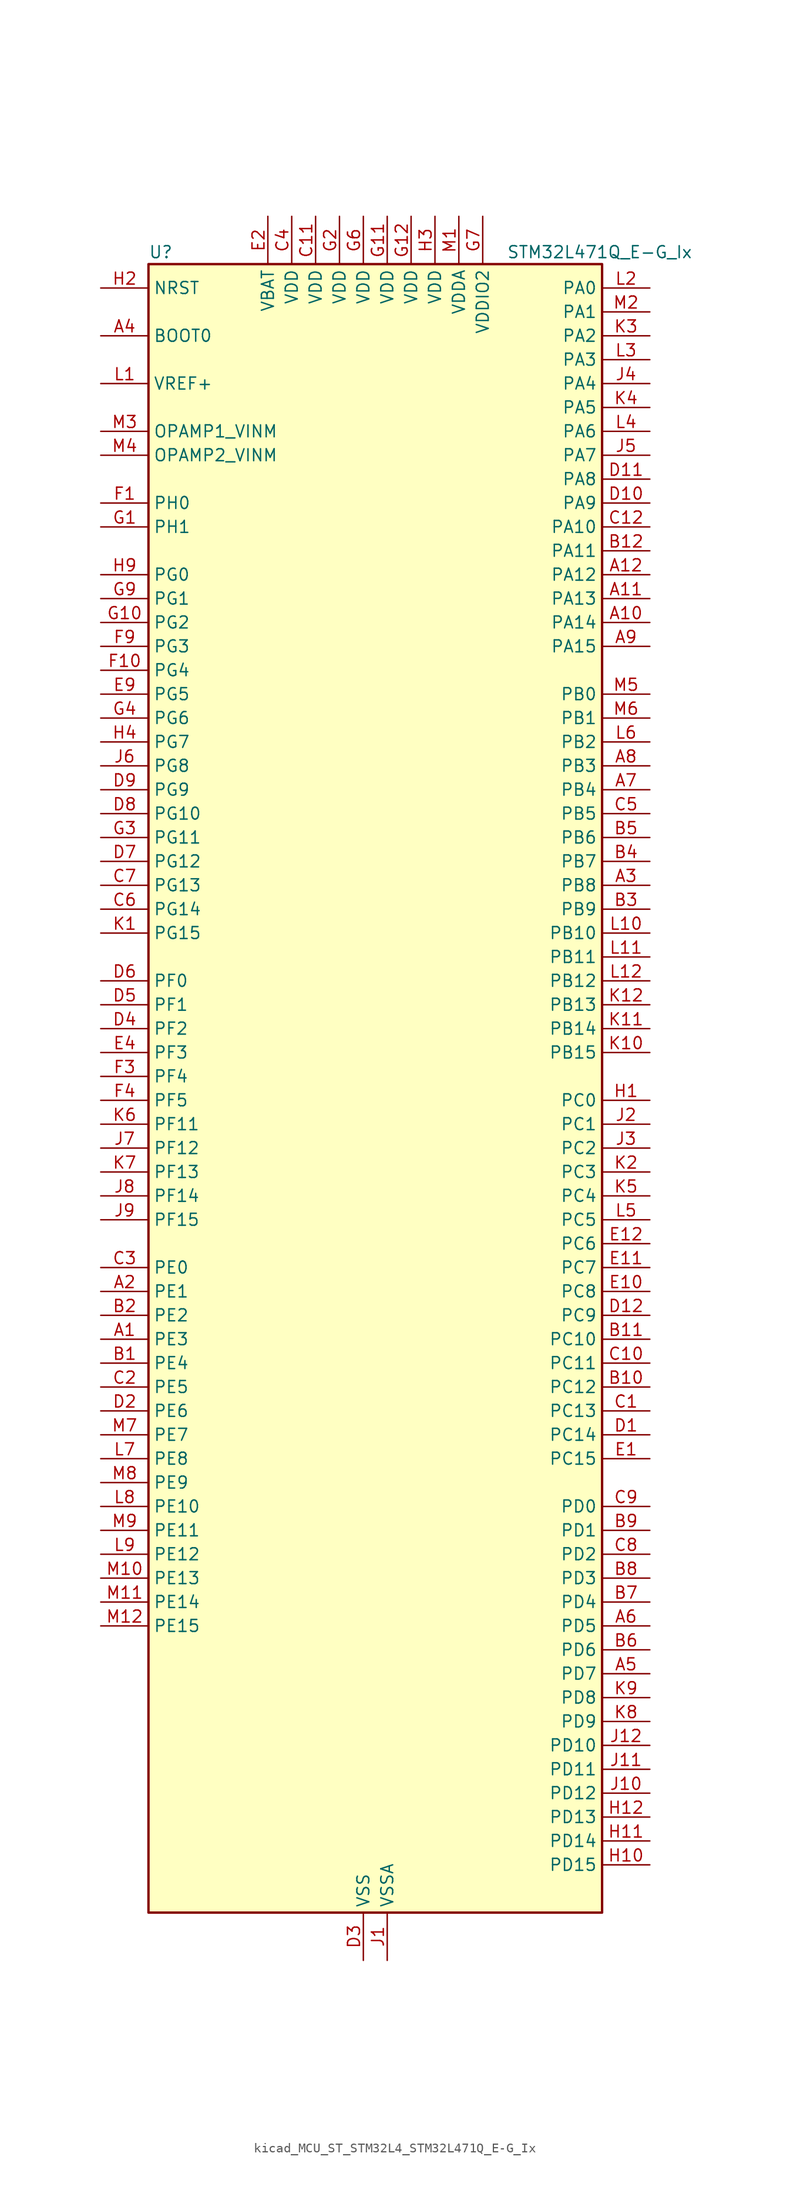
<source format=kicad_sym>
(kicad_symbol_lib
  (version 20220914)
  (generator kicad_symbol_editor)
  (symbol "kicad_MCU_ST_STM32L4_STM32L471Q_E-G_Ix"
    (property "Reference" "U"
      (at -22.86 90.17 0)
      (effects (font (size 1.27 1.27)) (justify left)))
    (property "Value" "STM32L471Q_E-G_Ix"
      (at 15.24 90.17 0)
      (effects (font (size 1.27 1.27)) (justify left)))
    (property "ki_locked" ""
      (at 0 0 0)
      (effects (font (size 1.27 1.27))))
    (symbol "kicad_MCU_ST_STM32L4_STM32L471Q_E-G_Ix_0_1"
      (rectangle (start -22.86 -86.36) (end 25.4 88.9) (stroke (width 0.254) (type default)) (fill (type background))))
    (symbol "kicad_MCU_ST_STM32L4_STM32L471Q_E-G_Ix_1_1"
      (pin bidirectional line (at -27.94 -25.4 0) (length 5.08) (name "PE3" (effects (font (size 1.27 1.27)))) (number "A1" (effects (font (size 1.27 1.27)))) (alternate "FMC_A19" bidirectional line) (alternate "SAI1_SD_B" bidirectional line) (alternate "SYS_TRACED0" bidirectional line) (alternate "TIM3_CH1" bidirectional line) (alternate "TSC_G7_IO2" bidirectional line))
      (pin bidirectional line (at 30.48 50.8 180) (length 5.08) (name "PA14" (effects (font (size 1.27 1.27)))) (number "A10" (effects (font (size 1.27 1.27)))) (alternate "SYS_JTCK-SWCLK" bidirectional line))
      (pin bidirectional line (at 30.48 53.34 180) (length 5.08) (name "PA13" (effects (font (size 1.27 1.27)))) (number "A11" (effects (font (size 1.27 1.27)))) (alternate "IR_OUT" bidirectional line) (alternate "SYS_JTMS-SWDIO" bidirectional line))
      (pin bidirectional line (at 30.48 55.88 180) (length 5.08) (name "PA12" (effects (font (size 1.27 1.27)))) (number "A12" (effects (font (size 1.27 1.27)))) (alternate "CAN1_TX" bidirectional line) (alternate "TIM1_ETR" bidirectional line) (alternate "USART1_DE" bidirectional line) (alternate "USART1_RTS" bidirectional line))
      (pin bidirectional line (at -27.94 -20.32 0) (length 5.08) (name "PE1" (effects (font (size 1.27 1.27)))) (number "A2" (effects (font (size 1.27 1.27)))) (alternate "FMC_NBL1" bidirectional line) (alternate "TIM17_CH1" bidirectional line))
      (pin bidirectional line (at 30.48 22.86 180) (length 5.08) (name "PB8" (effects (font (size 1.27 1.27)))) (number "A3" (effects (font (size 1.27 1.27)))) (alternate "CAN1_RX" bidirectional line) (alternate "DFSDM1_DATIN6" bidirectional line) (alternate "I2C1_SCL" bidirectional line) (alternate "SAI1_MCLK_A" bidirectional line) (alternate "SDMMC1_D4" bidirectional line) (alternate "TIM16_CH1" bidirectional line) (alternate "TIM4_CH3" bidirectional line))
      (pin input line (at -27.94 81.28 0) (length 5.08) (name "BOOT0" (effects (font (size 1.27 1.27)))) (number "A4" (effects (font (size 1.27 1.27)))))
      (pin bidirectional line (at 30.48 -60.96 180) (length 5.08) (name "PD7" (effects (font (size 1.27 1.27)))) (number "A5" (effects (font (size 1.27 1.27)))) (alternate "DFSDM1_CKIN1" bidirectional line) (alternate "FMC_NE1" bidirectional line) (alternate "USART2_CK" bidirectional line))
      (pin bidirectional line (at 30.48 -55.88 180) (length 5.08) (name "PD5" (effects (font (size 1.27 1.27)))) (number "A6" (effects (font (size 1.27 1.27)))) (alternate "FMC_NWE" bidirectional line) (alternate "USART2_TX" bidirectional line))
      (pin bidirectional line (at 30.48 33.02 180) (length 5.08) (name "PB4" (effects (font (size 1.27 1.27)))) (number "A7" (effects (font (size 1.27 1.27)))) (alternate "COMP2_INP" bidirectional line) (alternate "SAI1_MCLK_B" bidirectional line) (alternate "SPI1_MISO" bidirectional line) (alternate "SPI3_MISO" bidirectional line) (alternate "SYS_JTRST" bidirectional line) (alternate "TIM17_BKIN" bidirectional line) (alternate "TIM3_CH1" bidirectional line) (alternate "TSC_G2_IO1" bidirectional line) (alternate "UART5_DE" bidirectional line) (alternate "UART5_RTS" bidirectional line) (alternate "USART1_CTS" bidirectional line))
      (pin bidirectional line (at 30.48 35.56 180) (length 5.08) (name "PB3" (effects (font (size 1.27 1.27)))) (number "A8" (effects (font (size 1.27 1.27)))) (alternate "COMP2_INM" bidirectional line) (alternate "SAI1_SCK_B" bidirectional line) (alternate "SPI1_SCK" bidirectional line) (alternate "SPI3_SCK" bidirectional line) (alternate "SYS_JTDO-SWO" bidirectional line) (alternate "TIM2_CH2" bidirectional line) (alternate "USART1_DE" bidirectional line) (alternate "USART1_RTS" bidirectional line))
      (pin bidirectional line (at 30.48 48.26 180) (length 5.08) (name "PA15" (effects (font (size 1.27 1.27)))) (number "A9" (effects (font (size 1.27 1.27)))) (alternate "ADC1_EXTI15" bidirectional line) (alternate "ADC2_EXTI15" bidirectional line) (alternate "ADC3_EXTI15" bidirectional line) (alternate "SAI2_FS_B" bidirectional line) (alternate "SPI1_NSS" bidirectional line) (alternate "SPI3_NSS" bidirectional line) (alternate "SYS_JTDI" bidirectional line) (alternate "TIM2_CH1" bidirectional line) (alternate "TIM2_ETR" bidirectional line) (alternate "TSC_G3_IO1" bidirectional line) (alternate "UART4_DE" bidirectional line) (alternate "UART4_RTS" bidirectional line))
      (pin bidirectional line (at -27.94 -27.94 0) (length 5.08) (name "PE4" (effects (font (size 1.27 1.27)))) (number "B1" (effects (font (size 1.27 1.27)))) (alternate "DFSDM1_DATIN3" bidirectional line) (alternate "FMC_A20" bidirectional line) (alternate "SAI1_FS_A" bidirectional line) (alternate "SYS_TRACED1" bidirectional line) (alternate "TIM3_CH2" bidirectional line) (alternate "TSC_G7_IO3" bidirectional line))
      (pin bidirectional line (at 30.48 -30.48 180) (length 5.08) (name "PC12" (effects (font (size 1.27 1.27)))) (number "B10" (effects (font (size 1.27 1.27)))) (alternate "SAI2_SD_B" bidirectional line) (alternate "SDMMC1_CK" bidirectional line) (alternate "SPI3_MOSI" bidirectional line) (alternate "TSC_G3_IO4" bidirectional line) (alternate "UART5_TX" bidirectional line) (alternate "USART3_CK" bidirectional line))
      (pin bidirectional line (at 30.48 -25.4 180) (length 5.08) (name "PC10" (effects (font (size 1.27 1.27)))) (number "B11" (effects (font (size 1.27 1.27)))) (alternate "SAI2_SCK_B" bidirectional line) (alternate "SDMMC1_D2" bidirectional line) (alternate "SPI3_SCK" bidirectional line) (alternate "TSC_G3_IO2" bidirectional line) (alternate "UART4_TX" bidirectional line) (alternate "USART3_TX" bidirectional line))
      (pin bidirectional line (at 30.48 58.42 180) (length 5.08) (name "PA11" (effects (font (size 1.27 1.27)))) (number "B12" (effects (font (size 1.27 1.27)))) (alternate "ADC1_EXTI11" bidirectional line) (alternate "ADC2_EXTI11" bidirectional line) (alternate "ADC3_EXTI11" bidirectional line) (alternate "CAN1_RX" bidirectional line) (alternate "TIM1_BKIN2" bidirectional line) (alternate "TIM1_BKIN2_COMP1" bidirectional line) (alternate "TIM1_CH4" bidirectional line) (alternate "USART1_CTS" bidirectional line))
      (pin bidirectional line (at -27.94 -22.86 0) (length 5.08) (name "PE2" (effects (font (size 1.27 1.27)))) (number "B2" (effects (font (size 1.27 1.27)))) (alternate "FMC_A23" bidirectional line) (alternate "SAI1_MCLK_A" bidirectional line) (alternate "SYS_TRACECLK" bidirectional line) (alternate "TIM3_ETR" bidirectional line) (alternate "TSC_G7_IO1" bidirectional line))
      (pin bidirectional line (at 30.48 20.32 180) (length 5.08) (name "PB9" (effects (font (size 1.27 1.27)))) (number "B3" (effects (font (size 1.27 1.27)))) (alternate "CAN1_TX" bidirectional line) (alternate "DAC1_EXTI9" bidirectional line) (alternate "DFSDM1_CKIN6" bidirectional line) (alternate "I2C1_SDA" bidirectional line) (alternate "IR_OUT" bidirectional line) (alternate "SAI1_FS_A" bidirectional line) (alternate "SDMMC1_D5" bidirectional line) (alternate "SPI2_NSS" bidirectional line) (alternate "TIM17_CH1" bidirectional line) (alternate "TIM4_CH4" bidirectional line))
      (pin bidirectional line (at 30.48 25.4 180) (length 5.08) (name "PB7" (effects (font (size 1.27 1.27)))) (number "B4" (effects (font (size 1.27 1.27)))) (alternate "COMP2_INM" bidirectional line) (alternate "DFSDM1_CKIN5" bidirectional line) (alternate "FMC_NL" bidirectional line) (alternate "I2C1_SDA" bidirectional line) (alternate "LPTIM1_IN2" bidirectional line) (alternate "SYS_PVD_IN" bidirectional line) (alternate "TIM17_CH1N" bidirectional line) (alternate "TIM4_CH2" bidirectional line) (alternate "TIM8_BKIN" bidirectional line) (alternate "TIM8_BKIN_COMP1" bidirectional line) (alternate "TSC_G2_IO4" bidirectional line) (alternate "UART4_CTS" bidirectional line) (alternate "USART1_RX" bidirectional line))
      (pin bidirectional line (at 30.48 27.94 180) (length 5.08) (name "PB6" (effects (font (size 1.27 1.27)))) (number "B5" (effects (font (size 1.27 1.27)))) (alternate "COMP2_INP" bidirectional line) (alternate "DFSDM1_DATIN5" bidirectional line) (alternate "I2C1_SCL" bidirectional line) (alternate "LPTIM1_ETR" bidirectional line) (alternate "SAI1_FS_B" bidirectional line) (alternate "TIM16_CH1N" bidirectional line) (alternate "TIM4_CH1" bidirectional line) (alternate "TIM8_BKIN2" bidirectional line) (alternate "TIM8_BKIN2_COMP2" bidirectional line) (alternate "TSC_G2_IO3" bidirectional line) (alternate "USART1_TX" bidirectional line))
      (pin bidirectional line (at 30.48 -58.42 180) (length 5.08) (name "PD6" (effects (font (size 1.27 1.27)))) (number "B6" (effects (font (size 1.27 1.27)))) (alternate "DFSDM1_DATIN1" bidirectional line) (alternate "FMC_NWAIT" bidirectional line) (alternate "SAI1_SD_A" bidirectional line) (alternate "USART2_RX" bidirectional line))
      (pin bidirectional line (at 30.48 -53.34 180) (length 5.08) (name "PD4" (effects (font (size 1.27 1.27)))) (number "B7" (effects (font (size 1.27 1.27)))) (alternate "DFSDM1_CKIN0" bidirectional line) (alternate "FMC_NOE" bidirectional line) (alternate "SPI2_MOSI" bidirectional line) (alternate "USART2_DE" bidirectional line) (alternate "USART2_RTS" bidirectional line))
      (pin bidirectional line (at 30.48 -50.8 180) (length 5.08) (name "PD3" (effects (font (size 1.27 1.27)))) (number "B8" (effects (font (size 1.27 1.27)))) (alternate "DFSDM1_DATIN0" bidirectional line) (alternate "FMC_CLK" bidirectional line) (alternate "SPI2_MISO" bidirectional line) (alternate "USART2_CTS" bidirectional line))
      (pin bidirectional line (at 30.48 -45.72 180) (length 5.08) (name "PD1" (effects (font (size 1.27 1.27)))) (number "B9" (effects (font (size 1.27 1.27)))) (alternate "CAN1_TX" bidirectional line) (alternate "DFSDM1_CKIN7" bidirectional line) (alternate "FMC_D3" bidirectional line) (alternate "FMC_DA3" bidirectional line) (alternate "SPI2_SCK" bidirectional line))
      (pin bidirectional line (at 30.48 -33.02 180) (length 5.08) (name "PC13" (effects (font (size 1.27 1.27)))) (number "C1" (effects (font (size 1.27 1.27)))) (alternate "RTC_OUT_ALARM" bidirectional line) (alternate "RTC_OUT_CALIB" bidirectional line) (alternate "RTC_TAMP1" bidirectional line) (alternate "RTC_TS" bidirectional line) (alternate "SYS_WKUP2" bidirectional line))
      (pin bidirectional line (at 30.48 -27.94 180) (length 5.08) (name "PC11" (effects (font (size 1.27 1.27)))) (number "C10" (effects (font (size 1.27 1.27)))) (alternate "ADC1_EXTI11" bidirectional line) (alternate "ADC2_EXTI11" bidirectional line) (alternate "ADC3_EXTI11" bidirectional line) (alternate "SAI2_MCLK_B" bidirectional line) (alternate "SDMMC1_D3" bidirectional line) (alternate "SPI3_MISO" bidirectional line) (alternate "TSC_G3_IO3" bidirectional line) (alternate "UART4_RX" bidirectional line) (alternate "USART3_RX" bidirectional line))
      (pin power_in line (at -5.08 93.98 270) (length 5.08) (name "VDD" (effects (font (size 1.27 1.27)))) (number "C11" (effects (font (size 1.27 1.27)))))
      (pin bidirectional line (at 30.48 60.96 180) (length 5.08) (name "PA10" (effects (font (size 1.27 1.27)))) (number "C12" (effects (font (size 1.27 1.27)))) (alternate "TIM17_BKIN" bidirectional line) (alternate "TIM1_CH3" bidirectional line) (alternate "USART1_RX" bidirectional line))
      (pin bidirectional line (at -27.94 -30.48 0) (length 5.08) (name "PE5" (effects (font (size 1.27 1.27)))) (number "C2" (effects (font (size 1.27 1.27)))) (alternate "DFSDM1_CKIN3" bidirectional line) (alternate "FMC_A21" bidirectional line) (alternate "SAI1_SCK_A" bidirectional line) (alternate "SYS_TRACED2" bidirectional line) (alternate "TIM3_CH3" bidirectional line) (alternate "TSC_G7_IO4" bidirectional line))
      (pin bidirectional line (at -27.94 -17.78 0) (length 5.08) (name "PE0" (effects (font (size 1.27 1.27)))) (number "C3" (effects (font (size 1.27 1.27)))) (alternate "FMC_NBL0" bidirectional line) (alternate "TIM16_CH1" bidirectional line) (alternate "TIM4_ETR" bidirectional line))
      (pin power_in line (at -7.62 93.98 270) (length 5.08) (name "VDD" (effects (font (size 1.27 1.27)))) (number "C4" (effects (font (size 1.27 1.27)))))
      (pin bidirectional line (at 30.48 30.48 180) (length 5.08) (name "PB5" (effects (font (size 1.27 1.27)))) (number "C5" (effects (font (size 1.27 1.27)))) (alternate "COMP2_OUT" bidirectional line) (alternate "I2C1_SMBA" bidirectional line) (alternate "LPTIM1_IN1" bidirectional line) (alternate "SAI1_SD_B" bidirectional line) (alternate "SPI1_MOSI" bidirectional line) (alternate "SPI3_MOSI" bidirectional line) (alternate "TIM16_BKIN" bidirectional line) (alternate "TIM3_CH2" bidirectional line) (alternate "TSC_G2_IO2" bidirectional line) (alternate "UART5_CTS" bidirectional line) (alternate "USART1_CK" bidirectional line))
      (pin bidirectional line (at -27.94 20.32 0) (length 5.08) (name "PG14" (effects (font (size 1.27 1.27)))) (number "C6" (effects (font (size 1.27 1.27)))) (alternate "FMC_A25" bidirectional line) (alternate "I2C1_SCL" bidirectional line))
      (pin bidirectional line (at -27.94 22.86 0) (length 5.08) (name "PG13" (effects (font (size 1.27 1.27)))) (number "C7" (effects (font (size 1.27 1.27)))) (alternate "FMC_A24" bidirectional line) (alternate "I2C1_SDA" bidirectional line) (alternate "USART1_CK" bidirectional line))
      (pin bidirectional line (at 30.48 -48.26 180) (length 5.08) (name "PD2" (effects (font (size 1.27 1.27)))) (number "C8" (effects (font (size 1.27 1.27)))) (alternate "SDMMC1_CMD" bidirectional line) (alternate "TIM3_ETR" bidirectional line) (alternate "TSC_SYNC" bidirectional line) (alternate "UART5_RX" bidirectional line) (alternate "USART3_DE" bidirectional line) (alternate "USART3_RTS" bidirectional line))
      (pin bidirectional line (at 30.48 -43.18 180) (length 5.08) (name "PD0" (effects (font (size 1.27 1.27)))) (number "C9" (effects (font (size 1.27 1.27)))) (alternate "CAN1_RX" bidirectional line) (alternate "DFSDM1_DATIN7" bidirectional line) (alternate "FMC_D2" bidirectional line) (alternate "FMC_DA2" bidirectional line) (alternate "SPI2_NSS" bidirectional line))
      (pin bidirectional line (at 30.48 -35.56 180) (length 5.08) (name "PC14" (effects (font (size 1.27 1.27)))) (number "D1" (effects (font (size 1.27 1.27)))) (alternate "RCC_OSC32_IN" bidirectional line))
      (pin bidirectional line (at 30.48 63.5 180) (length 5.08) (name "PA9" (effects (font (size 1.27 1.27)))) (number "D10" (effects (font (size 1.27 1.27)))) (alternate "DAC1_EXTI9" bidirectional line) (alternate "TIM15_BKIN" bidirectional line) (alternate "TIM1_CH2" bidirectional line) (alternate "USART1_TX" bidirectional line))
      (pin bidirectional line (at 30.48 66.04 180) (length 5.08) (name "PA8" (effects (font (size 1.27 1.27)))) (number "D11" (effects (font (size 1.27 1.27)))) (alternate "LPTIM2_OUT" bidirectional line) (alternate "RCC_MCO" bidirectional line) (alternate "TIM1_CH1" bidirectional line) (alternate "USART1_CK" bidirectional line))
      (pin bidirectional line (at 30.48 -22.86 180) (length 5.08) (name "PC9" (effects (font (size 1.27 1.27)))) (number "D12" (effects (font (size 1.27 1.27)))) (alternate "DAC1_EXTI9" bidirectional line) (alternate "SAI2_EXTCLK" bidirectional line) (alternate "SDMMC1_D1" bidirectional line) (alternate "TIM3_CH4" bidirectional line) (alternate "TIM8_BKIN2" bidirectional line) (alternate "TIM8_BKIN2_COMP1" bidirectional line) (alternate "TIM8_CH4" bidirectional line) (alternate "TSC_G4_IO4" bidirectional line))
      (pin bidirectional line (at -27.94 -33.02 0) (length 5.08) (name "PE6" (effects (font (size 1.27 1.27)))) (number "D2" (effects (font (size 1.27 1.27)))) (alternate "FMC_A22" bidirectional line) (alternate "RTC_TAMP3" bidirectional line) (alternate "SAI1_SD_A" bidirectional line) (alternate "SYS_TRACED3" bidirectional line) (alternate "SYS_WKUP3" bidirectional line) (alternate "TIM3_CH4" bidirectional line))
      (pin power_in line (at 0 -91.44 90) (length 5.08) (name "VSS" (effects (font (size 1.27 1.27)))) (number "D3" (effects (font (size 1.27 1.27)))))
      (pin bidirectional line (at -27.94 7.62 0) (length 5.08) (name "PF2" (effects (font (size 1.27 1.27)))) (number "D4" (effects (font (size 1.27 1.27)))) (alternate "FMC_A2" bidirectional line) (alternate "I2C2_SMBA" bidirectional line))
      (pin bidirectional line (at -27.94 10.16 0) (length 5.08) (name "PF1" (effects (font (size 1.27 1.27)))) (number "D5" (effects (font (size 1.27 1.27)))) (alternate "FMC_A1" bidirectional line) (alternate "I2C2_SCL" bidirectional line))
      (pin bidirectional line (at -27.94 12.7 0) (length 5.08) (name "PF0" (effects (font (size 1.27 1.27)))) (number "D6" (effects (font (size 1.27 1.27)))) (alternate "FMC_A0" bidirectional line) (alternate "I2C2_SDA" bidirectional line))
      (pin bidirectional line (at -27.94 25.4 0) (length 5.08) (name "PG12" (effects (font (size 1.27 1.27)))) (number "D7" (effects (font (size 1.27 1.27)))) (alternate "FMC_NE4" bidirectional line) (alternate "LPTIM1_ETR" bidirectional line) (alternate "SAI2_SD_A" bidirectional line) (alternate "SPI3_NSS" bidirectional line) (alternate "USART1_DE" bidirectional line) (alternate "USART1_RTS" bidirectional line))
      (pin bidirectional line (at -27.94 30.48 0) (length 5.08) (name "PG10" (effects (font (size 1.27 1.27)))) (number "D8" (effects (font (size 1.27 1.27)))) (alternate "FMC_NE3" bidirectional line) (alternate "LPTIM1_IN1" bidirectional line) (alternate "SAI2_FS_A" bidirectional line) (alternate "SPI3_MISO" bidirectional line) (alternate "TIM15_CH1" bidirectional line) (alternate "USART1_RX" bidirectional line))
      (pin bidirectional line (at -27.94 33.02 0) (length 5.08) (name "PG9" (effects (font (size 1.27 1.27)))) (number "D9" (effects (font (size 1.27 1.27)))) (alternate "DAC1_EXTI9" bidirectional line) (alternate "FMC_NCE3" bidirectional line) (alternate "FMC_NE2" bidirectional line) (alternate "SAI2_SCK_A" bidirectional line) (alternate "SPI3_SCK" bidirectional line) (alternate "TIM15_CH1N" bidirectional line) (alternate "USART1_TX" bidirectional line))
      (pin bidirectional line (at 30.48 -38.1 180) (length 5.08) (name "PC15" (effects (font (size 1.27 1.27)))) (number "E1" (effects (font (size 1.27 1.27)))) (alternate "ADC1_EXTI15" bidirectional line) (alternate "ADC2_EXTI15" bidirectional line) (alternate "ADC3_EXTI15" bidirectional line) (alternate "RCC_OSC32_OUT" bidirectional line))
      (pin bidirectional line (at 30.48 -20.32 180) (length 5.08) (name "PC8" (effects (font (size 1.27 1.27)))) (number "E10" (effects (font (size 1.27 1.27)))) (alternate "SDMMC1_D0" bidirectional line) (alternate "TIM3_CH3" bidirectional line) (alternate "TIM8_CH3" bidirectional line) (alternate "TSC_G4_IO3" bidirectional line))
      (pin bidirectional line (at 30.48 -17.78 180) (length 5.08) (name "PC7" (effects (font (size 1.27 1.27)))) (number "E11" (effects (font (size 1.27 1.27)))) (alternate "DFSDM1_DATIN3" bidirectional line) (alternate "SAI2_MCLK_B" bidirectional line) (alternate "SDMMC1_D7" bidirectional line) (alternate "TIM3_CH2" bidirectional line) (alternate "TIM8_CH2" bidirectional line) (alternate "TSC_G4_IO2" bidirectional line))
      (pin bidirectional line (at 30.48 -15.24 180) (length 5.08) (name "PC6" (effects (font (size 1.27 1.27)))) (number "E12" (effects (font (size 1.27 1.27)))) (alternate "DFSDM1_CKIN3" bidirectional line) (alternate "SAI2_MCLK_A" bidirectional line) (alternate "SDMMC1_D6" bidirectional line) (alternate "TIM3_CH1" bidirectional line) (alternate "TIM8_CH1" bidirectional line) (alternate "TSC_G4_IO1" bidirectional line))
      (pin power_in line (at -10.16 93.98 270) (length 5.08) (name "VBAT" (effects (font (size 1.27 1.27)))) (number "E2" (effects (font (size 1.27 1.27)))))
      (pin passive line (at 0 -91.44 90) (length 5.08) hide (name "VSS" (effects (font (size 1.27 1.27)))) (number "E3" (effects (font (size 1.27 1.27)))))
      (pin bidirectional line (at -27.94 5.08 0) (length 5.08) (name "PF3" (effects (font (size 1.27 1.27)))) (number "E4" (effects (font (size 1.27 1.27)))) (alternate "ADC3_IN6" bidirectional line) (alternate "FMC_A3" bidirectional line))
      (pin bidirectional line (at -27.94 43.18 0) (length 5.08) (name "PG5" (effects (font (size 1.27 1.27)))) (number "E9" (effects (font (size 1.27 1.27)))) (alternate "FMC_A15" bidirectional line) (alternate "LPUART1_CTS" bidirectional line) (alternate "SAI2_SD_B" bidirectional line) (alternate "SPI1_NSS" bidirectional line))
      (pin bidirectional line (at -27.94 63.5 0) (length 5.08) (name "PH0" (effects (font (size 1.27 1.27)))) (number "F1" (effects (font (size 1.27 1.27)))) (alternate "RCC_OSC_IN" bidirectional line))
      (pin bidirectional line (at -27.94 45.72 0) (length 5.08) (name "PG4" (effects (font (size 1.27 1.27)))) (number "F10" (effects (font (size 1.27 1.27)))) (alternate "FMC_A14" bidirectional line) (alternate "SAI2_MCLK_B" bidirectional line) (alternate "SPI1_MOSI" bidirectional line))
      (pin passive line (at 0 -91.44 90) (length 5.08) hide (name "VSS" (effects (font (size 1.27 1.27)))) (number "F11" (effects (font (size 1.27 1.27)))))
      (pin passive line (at 0 -91.44 90) (length 5.08) hide (name "VSS" (effects (font (size 1.27 1.27)))) (number "F12" (effects (font (size 1.27 1.27)))))
      (pin passive line (at 0 -91.44 90) (length 5.08) hide (name "VSS" (effects (font (size 1.27 1.27)))) (number "F2" (effects (font (size 1.27 1.27)))))
      (pin bidirectional line (at -27.94 2.54 0) (length 5.08) (name "PF4" (effects (font (size 1.27 1.27)))) (number "F3" (effects (font (size 1.27 1.27)))) (alternate "ADC3_IN7" bidirectional line) (alternate "FMC_A4" bidirectional line))
      (pin bidirectional line (at -27.94 0 0) (length 5.08) (name "PF5" (effects (font (size 1.27 1.27)))) (number "F4" (effects (font (size 1.27 1.27)))) (alternate "ADC3_IN8" bidirectional line) (alternate "FMC_A5" bidirectional line))
      (pin passive line (at 0 -91.44 90) (length 5.08) hide (name "VSS" (effects (font (size 1.27 1.27)))) (number "F6" (effects (font (size 1.27 1.27)))))
      (pin passive line (at 0 -91.44 90) (length 5.08) hide (name "VSS" (effects (font (size 1.27 1.27)))) (number "F7" (effects (font (size 1.27 1.27)))))
      (pin bidirectional line (at -27.94 48.26 0) (length 5.08) (name "PG3" (effects (font (size 1.27 1.27)))) (number "F9" (effects (font (size 1.27 1.27)))) (alternate "FMC_A13" bidirectional line) (alternate "SAI2_FS_B" bidirectional line) (alternate "SPI1_MISO" bidirectional line))
      (pin bidirectional line (at -27.94 60.96 0) (length 5.08) (name "PH1" (effects (font (size 1.27 1.27)))) (number "G1" (effects (font (size 1.27 1.27)))) (alternate "RCC_OSC_OUT" bidirectional line))
      (pin bidirectional line (at -27.94 50.8 0) (length 5.08) (name "PG2" (effects (font (size 1.27 1.27)))) (number "G10" (effects (font (size 1.27 1.27)))) (alternate "FMC_A12" bidirectional line) (alternate "SAI2_SCK_B" bidirectional line) (alternate "SPI1_SCK" bidirectional line))
      (pin power_in line (at 2.54 93.98 270) (length 5.08) (name "VDD" (effects (font (size 1.27 1.27)))) (number "G11" (effects (font (size 1.27 1.27)))))
      (pin power_in line (at 5.08 93.98 270) (length 5.08) (name "VDD" (effects (font (size 1.27 1.27)))) (number "G12" (effects (font (size 1.27 1.27)))))
      (pin power_in line (at -2.54 93.98 270) (length 5.08) (name "VDD" (effects (font (size 1.27 1.27)))) (number "G2" (effects (font (size 1.27 1.27)))))
      (pin bidirectional line (at -27.94 27.94 0) (length 5.08) (name "PG11" (effects (font (size 1.27 1.27)))) (number "G3" (effects (font (size 1.27 1.27)))) (alternate "ADC1_EXTI11" bidirectional line) (alternate "ADC2_EXTI11" bidirectional line) (alternate "ADC3_EXTI11" bidirectional line) (alternate "LPTIM1_IN2" bidirectional line) (alternate "SAI2_MCLK_A" bidirectional line) (alternate "SPI3_MOSI" bidirectional line) (alternate "TIM15_CH2" bidirectional line) (alternate "USART1_CTS" bidirectional line))
      (pin bidirectional line (at -27.94 40.64 0) (length 5.08) (name "PG6" (effects (font (size 1.27 1.27)))) (number "G4" (effects (font (size 1.27 1.27)))) (alternate "I2C3_SMBA" bidirectional line) (alternate "LPUART1_DE" bidirectional line) (alternate "LPUART1_RTS" bidirectional line))
      (pin power_in line (at 0 93.98 270) (length 5.08) (name "VDD" (effects (font (size 1.27 1.27)))) (number "G6" (effects (font (size 1.27 1.27)))))
      (pin power_in line (at 12.7 93.98 270) (length 5.08) (name "VDDIO2" (effects (font (size 1.27 1.27)))) (number "G7" (effects (font (size 1.27 1.27)))))
      (pin bidirectional line (at -27.94 53.34 0) (length 5.08) (name "PG1" (effects (font (size 1.27 1.27)))) (number "G9" (effects (font (size 1.27 1.27)))) (alternate "FMC_A11" bidirectional line) (alternate "TSC_G8_IO4" bidirectional line))
      (pin bidirectional line (at 30.48 0 180) (length 5.08) (name "PC0" (effects (font (size 1.27 1.27)))) (number "H1" (effects (font (size 1.27 1.27)))) (alternate "ADC1_IN1" bidirectional line) (alternate "ADC2_IN1" bidirectional line) (alternate "ADC3_IN1" bidirectional line) (alternate "DFSDM1_DATIN4" bidirectional line) (alternate "I2C3_SCL" bidirectional line) (alternate "LPTIM1_IN1" bidirectional line) (alternate "LPTIM2_IN1" bidirectional line) (alternate "LPUART1_RX" bidirectional line))
      (pin bidirectional line (at 30.48 -81.28 180) (length 5.08) (name "PD15" (effects (font (size 1.27 1.27)))) (number "H10" (effects (font (size 1.27 1.27)))) (alternate "ADC1_EXTI15" bidirectional line) (alternate "ADC2_EXTI15" bidirectional line) (alternate "ADC3_EXTI15" bidirectional line) (alternate "FMC_D1" bidirectional line) (alternate "FMC_DA1" bidirectional line) (alternate "TIM4_CH4" bidirectional line))
      (pin bidirectional line (at 30.48 -78.74 180) (length 5.08) (name "PD14" (effects (font (size 1.27 1.27)))) (number "H11" (effects (font (size 1.27 1.27)))) (alternate "FMC_D0" bidirectional line) (alternate "FMC_DA0" bidirectional line) (alternate "TIM4_CH3" bidirectional line))
      (pin bidirectional line (at 30.48 -76.2 180) (length 5.08) (name "PD13" (effects (font (size 1.27 1.27)))) (number "H12" (effects (font (size 1.27 1.27)))) (alternate "FMC_A18" bidirectional line) (alternate "LPTIM2_OUT" bidirectional line) (alternate "TIM4_CH2" bidirectional line) (alternate "TSC_G6_IO4" bidirectional line))
      (pin input line (at -27.94 86.36 0) (length 5.08) (name "NRST" (effects (font (size 1.27 1.27)))) (number "H2" (effects (font (size 1.27 1.27)))))
      (pin power_in line (at 7.62 93.98 270) (length 5.08) (name "VDD" (effects (font (size 1.27 1.27)))) (number "H3" (effects (font (size 1.27 1.27)))))
      (pin bidirectional line (at -27.94 38.1 0) (length 5.08) (name "PG7" (effects (font (size 1.27 1.27)))) (number "H4" (effects (font (size 1.27 1.27)))) (alternate "FMC_INT3" bidirectional line) (alternate "I2C3_SCL" bidirectional line) (alternate "LPUART1_TX" bidirectional line))
      (pin bidirectional line (at -27.94 55.88 0) (length 5.08) (name "PG0" (effects (font (size 1.27 1.27)))) (number "H9" (effects (font (size 1.27 1.27)))) (alternate "FMC_A10" bidirectional line) (alternate "TSC_G8_IO3" bidirectional line))
      (pin power_in line (at 2.54 -91.44 90) (length 5.08) (name "VSSA" (effects (font (size 1.27 1.27)))) (number "J1" (effects (font (size 1.27 1.27)))))
      (pin bidirectional line (at 30.48 -73.66 180) (length 5.08) (name "PD12" (effects (font (size 1.27 1.27)))) (number "J10" (effects (font (size 1.27 1.27)))) (alternate "FMC_A17" bidirectional line) (alternate "FMC_ALE" bidirectional line) (alternate "LPTIM2_IN1" bidirectional line) (alternate "SAI2_FS_A" bidirectional line) (alternate "TIM4_CH1" bidirectional line) (alternate "TSC_G6_IO3" bidirectional line) (alternate "USART3_DE" bidirectional line) (alternate "USART3_RTS" bidirectional line))
      (pin bidirectional line (at 30.48 -71.12 180) (length 5.08) (name "PD11" (effects (font (size 1.27 1.27)))) (number "J11" (effects (font (size 1.27 1.27)))) (alternate "ADC1_EXTI11" bidirectional line) (alternate "ADC2_EXTI11" bidirectional line) (alternate "ADC3_EXTI11" bidirectional line) (alternate "FMC_A16" bidirectional line) (alternate "FMC_CLE" bidirectional line) (alternate "LPTIM2_ETR" bidirectional line) (alternate "SAI2_SD_A" bidirectional line) (alternate "TSC_G6_IO2" bidirectional line) (alternate "USART3_CTS" bidirectional line))
      (pin bidirectional line (at 30.48 -68.58 180) (length 5.08) (name "PD10" (effects (font (size 1.27 1.27)))) (number "J12" (effects (font (size 1.27 1.27)))) (alternate "FMC_D15" bidirectional line) (alternate "FMC_DA15" bidirectional line) (alternate "SAI2_SCK_A" bidirectional line) (alternate "TSC_G6_IO1" bidirectional line) (alternate "USART3_CK" bidirectional line))
      (pin bidirectional line (at 30.48 -2.54 180) (length 5.08) (name "PC1" (effects (font (size 1.27 1.27)))) (number "J2" (effects (font (size 1.27 1.27)))) (alternate "ADC1_IN2" bidirectional line) (alternate "ADC2_IN2" bidirectional line) (alternate "ADC3_IN2" bidirectional line) (alternate "DFSDM1_CKIN4" bidirectional line) (alternate "I2C3_SDA" bidirectional line) (alternate "LPTIM1_OUT" bidirectional line) (alternate "LPUART1_TX" bidirectional line))
      (pin bidirectional line (at 30.48 -5.08 180) (length 5.08) (name "PC2" (effects (font (size 1.27 1.27)))) (number "J3" (effects (font (size 1.27 1.27)))) (alternate "ADC1_IN3" bidirectional line) (alternate "ADC2_IN3" bidirectional line) (alternate "ADC3_IN3" bidirectional line) (alternate "DFSDM1_CKOUT" bidirectional line) (alternate "LPTIM1_IN2" bidirectional line) (alternate "SPI2_MISO" bidirectional line))
      (pin bidirectional line (at 30.48 76.2 180) (length 5.08) (name "PA4" (effects (font (size 1.27 1.27)))) (number "J4" (effects (font (size 1.27 1.27)))) (alternate "ADC1_IN9" bidirectional line) (alternate "ADC2_IN9" bidirectional line) (alternate "DAC1_OUT1" bidirectional line) (alternate "LPTIM2_OUT" bidirectional line) (alternate "SAI1_FS_B" bidirectional line) (alternate "SPI1_NSS" bidirectional line) (alternate "SPI3_NSS" bidirectional line) (alternate "USART2_CK" bidirectional line))
      (pin bidirectional line (at 30.48 68.58 180) (length 5.08) (name "PA7" (effects (font (size 1.27 1.27)))) (number "J5" (effects (font (size 1.27 1.27)))) (alternate "ADC1_IN12" bidirectional line) (alternate "ADC2_IN12" bidirectional line) (alternate "OPAMP2_VINM" bidirectional line) (alternate "QUADSPI_BK1_IO2" bidirectional line) (alternate "SPI1_MOSI" bidirectional line) (alternate "TIM17_CH1" bidirectional line) (alternate "TIM1_CH1N" bidirectional line) (alternate "TIM3_CH2" bidirectional line) (alternate "TIM8_CH1N" bidirectional line))
      (pin bidirectional line (at -27.94 35.56 0) (length 5.08) (name "PG8" (effects (font (size 1.27 1.27)))) (number "J6" (effects (font (size 1.27 1.27)))) (alternate "I2C3_SDA" bidirectional line) (alternate "LPUART1_RX" bidirectional line))
      (pin bidirectional line (at -27.94 -5.08 0) (length 5.08) (name "PF12" (effects (font (size 1.27 1.27)))) (number "J7" (effects (font (size 1.27 1.27)))) (alternate "FMC_A6" bidirectional line))
      (pin bidirectional line (at -27.94 -10.16 0) (length 5.08) (name "PF14" (effects (font (size 1.27 1.27)))) (number "J8" (effects (font (size 1.27 1.27)))) (alternate "DFSDM1_CKIN6" bidirectional line) (alternate "FMC_A8" bidirectional line) (alternate "TSC_G8_IO1" bidirectional line))
      (pin bidirectional line (at -27.94 -12.7 0) (length 5.08) (name "PF15" (effects (font (size 1.27 1.27)))) (number "J9" (effects (font (size 1.27 1.27)))) (alternate "ADC1_EXTI15" bidirectional line) (alternate "ADC2_EXTI15" bidirectional line) (alternate "ADC3_EXTI15" bidirectional line) (alternate "FMC_A9" bidirectional line) (alternate "TSC_G8_IO2" bidirectional line))
      (pin bidirectional line (at -27.94 17.78 0) (length 5.08) (name "PG15" (effects (font (size 1.27 1.27)))) (number "K1" (effects (font (size 1.27 1.27)))) (alternate "ADC1_EXTI15" bidirectional line) (alternate "ADC2_EXTI15" bidirectional line) (alternate "ADC3_EXTI15" bidirectional line) (alternate "I2C1_SMBA" bidirectional line) (alternate "LPTIM1_OUT" bidirectional line))
      (pin bidirectional line (at 30.48 5.08 180) (length 5.08) (name "PB15" (effects (font (size 1.27 1.27)))) (number "K10" (effects (font (size 1.27 1.27)))) (alternate "ADC1_EXTI15" bidirectional line) (alternate "ADC2_EXTI15" bidirectional line) (alternate "ADC3_EXTI15" bidirectional line) (alternate "DFSDM1_CKIN2" bidirectional line) (alternate "RTC_REFIN" bidirectional line) (alternate "SAI2_SD_A" bidirectional line) (alternate "SPI2_MOSI" bidirectional line) (alternate "SWPMI1_SUSPEND" bidirectional line) (alternate "TIM15_CH2" bidirectional line) (alternate "TIM1_CH3N" bidirectional line) (alternate "TIM8_CH3N" bidirectional line) (alternate "TSC_G1_IO4" bidirectional line))
      (pin bidirectional line (at 30.48 7.62 180) (length 5.08) (name "PB14" (effects (font (size 1.27 1.27)))) (number "K11" (effects (font (size 1.27 1.27)))) (alternate "DFSDM1_DATIN2" bidirectional line) (alternate "I2C2_SDA" bidirectional line) (alternate "SAI2_MCLK_A" bidirectional line) (alternate "SPI2_MISO" bidirectional line) (alternate "SWPMI1_RX" bidirectional line) (alternate "TIM15_CH1" bidirectional line) (alternate "TIM1_CH2N" bidirectional line) (alternate "TIM8_CH2N" bidirectional line) (alternate "TSC_G1_IO3" bidirectional line) (alternate "USART3_DE" bidirectional line) (alternate "USART3_RTS" bidirectional line))
      (pin bidirectional line (at 30.48 10.16 180) (length 5.08) (name "PB13" (effects (font (size 1.27 1.27)))) (number "K12" (effects (font (size 1.27 1.27)))) (alternate "DFSDM1_CKIN1" bidirectional line) (alternate "I2C2_SCL" bidirectional line) (alternate "LPUART1_CTS" bidirectional line) (alternate "SAI2_SCK_A" bidirectional line) (alternate "SPI2_SCK" bidirectional line) (alternate "SWPMI1_TX" bidirectional line) (alternate "TIM15_CH1N" bidirectional line) (alternate "TIM1_CH1N" bidirectional line) (alternate "TSC_G1_IO2" bidirectional line) (alternate "USART3_CTS" bidirectional line))
      (pin bidirectional line (at 30.48 -7.62 180) (length 5.08) (name "PC3" (effects (font (size 1.27 1.27)))) (number "K2" (effects (font (size 1.27 1.27)))) (alternate "ADC1_IN4" bidirectional line) (alternate "ADC2_IN4" bidirectional line) (alternate "ADC3_IN4" bidirectional line) (alternate "LPTIM1_ETR" bidirectional line) (alternate "LPTIM2_ETR" bidirectional line) (alternate "SAI1_SD_A" bidirectional line) (alternate "SPI2_MOSI" bidirectional line))
      (pin bidirectional line (at 30.48 81.28 180) (length 5.08) (name "PA2" (effects (font (size 1.27 1.27)))) (number "K3" (effects (font (size 1.27 1.27)))) (alternate "ADC1_IN7" bidirectional line) (alternate "ADC2_IN7" bidirectional line) (alternate "RCC_LSCO" bidirectional line) (alternate "SAI2_EXTCLK" bidirectional line) (alternate "SYS_WKUP4" bidirectional line) (alternate "TIM15_CH1" bidirectional line) (alternate "TIM2_CH3" bidirectional line) (alternate "TIM5_CH3" bidirectional line) (alternate "USART2_TX" bidirectional line))
      (pin bidirectional line (at 30.48 73.66 180) (length 5.08) (name "PA5" (effects (font (size 1.27 1.27)))) (number "K4" (effects (font (size 1.27 1.27)))) (alternate "ADC1_IN10" bidirectional line) (alternate "ADC2_IN10" bidirectional line) (alternate "DAC1_OUT2" bidirectional line) (alternate "LPTIM2_ETR" bidirectional line) (alternate "SPI1_SCK" bidirectional line) (alternate "TIM2_CH1" bidirectional line) (alternate "TIM2_ETR" bidirectional line) (alternate "TIM8_CH1N" bidirectional line))
      (pin bidirectional line (at 30.48 -10.16 180) (length 5.08) (name "PC4" (effects (font (size 1.27 1.27)))) (number "K5" (effects (font (size 1.27 1.27)))) (alternate "ADC1_IN13" bidirectional line) (alternate "ADC2_IN13" bidirectional line) (alternate "COMP1_INM" bidirectional line) (alternate "USART3_TX" bidirectional line))
      (pin bidirectional line (at -27.94 -2.54 0) (length 5.08) (name "PF11" (effects (font (size 1.27 1.27)))) (number "K6" (effects (font (size 1.27 1.27)))) (alternate "ADC1_EXTI11" bidirectional line) (alternate "ADC2_EXTI11" bidirectional line) (alternate "ADC3_EXTI11" bidirectional line))
      (pin bidirectional line (at -27.94 -7.62 0) (length 5.08) (name "PF13" (effects (font (size 1.27 1.27)))) (number "K7" (effects (font (size 1.27 1.27)))) (alternate "DFSDM1_DATIN6" bidirectional line) (alternate "FMC_A7" bidirectional line))
      (pin bidirectional line (at 30.48 -66.04 180) (length 5.08) (name "PD9" (effects (font (size 1.27 1.27)))) (number "K8" (effects (font (size 1.27 1.27)))) (alternate "DAC1_EXTI9" bidirectional line) (alternate "FMC_D14" bidirectional line) (alternate "FMC_DA14" bidirectional line) (alternate "SAI2_MCLK_A" bidirectional line) (alternate "USART3_RX" bidirectional line))
      (pin bidirectional line (at 30.48 -63.5 180) (length 5.08) (name "PD8" (effects (font (size 1.27 1.27)))) (number "K9" (effects (font (size 1.27 1.27)))) (alternate "FMC_D13" bidirectional line) (alternate "FMC_DA13" bidirectional line) (alternate "USART3_TX" bidirectional line))
      (pin input line (at -27.94 76.2 0) (length 5.08) (name "VREF+" (effects (font (size 1.27 1.27)))) (number "L1" (effects (font (size 1.27 1.27)))) (alternate "VREFBUF_OUT" bidirectional line))
      (pin bidirectional line (at 30.48 17.78 180) (length 5.08) (name "PB10" (effects (font (size 1.27 1.27)))) (number "L10" (effects (font (size 1.27 1.27)))) (alternate "COMP1_OUT" bidirectional line) (alternate "DFSDM1_DATIN7" bidirectional line) (alternate "I2C2_SCL" bidirectional line) (alternate "LPUART1_RX" bidirectional line) (alternate "QUADSPI_CLK" bidirectional line) (alternate "SAI1_SCK_A" bidirectional line) (alternate "SPI2_SCK" bidirectional line) (alternate "TIM2_CH3" bidirectional line) (alternate "USART3_TX" bidirectional line))
      (pin bidirectional line (at 30.48 15.24 180) (length 5.08) (name "PB11" (effects (font (size 1.27 1.27)))) (number "L11" (effects (font (size 1.27 1.27)))) (alternate "ADC1_EXTI11" bidirectional line) (alternate "ADC2_EXTI11" bidirectional line) (alternate "ADC3_EXTI11" bidirectional line) (alternate "COMP2_OUT" bidirectional line) (alternate "DFSDM1_CKIN7" bidirectional line) (alternate "I2C2_SDA" bidirectional line) (alternate "LPUART1_TX" bidirectional line) (alternate "QUADSPI_NCS" bidirectional line) (alternate "TIM2_CH4" bidirectional line) (alternate "USART3_RX" bidirectional line))
      (pin bidirectional line (at 30.48 12.7 180) (length 5.08) (name "PB12" (effects (font (size 1.27 1.27)))) (number "L12" (effects (font (size 1.27 1.27)))) (alternate "DFSDM1_DATIN1" bidirectional line) (alternate "I2C2_SMBA" bidirectional line) (alternate "LPUART1_DE" bidirectional line) (alternate "LPUART1_RTS" bidirectional line) (alternate "SAI2_FS_A" bidirectional line) (alternate "SPI2_NSS" bidirectional line) (alternate "SWPMI1_IO" bidirectional line) (alternate "TIM15_BKIN" bidirectional line) (alternate "TIM1_BKIN" bidirectional line) (alternate "TIM1_BKIN_COMP2" bidirectional line) (alternate "TSC_G1_IO1" bidirectional line) (alternate "USART3_CK" bidirectional line))
      (pin bidirectional line (at 30.48 86.36 180) (length 5.08) (name "PA0" (effects (font (size 1.27 1.27)))) (number "L2" (effects (font (size 1.27 1.27)))) (alternate "ADC1_IN5" bidirectional line) (alternate "ADC2_IN5" bidirectional line) (alternate "OPAMP1_VINP" bidirectional line) (alternate "RTC_TAMP2" bidirectional line) (alternate "SAI1_EXTCLK" bidirectional line) (alternate "SYS_WKUP1" bidirectional line) (alternate "TIM2_CH1" bidirectional line) (alternate "TIM2_ETR" bidirectional line) (alternate "TIM5_CH1" bidirectional line) (alternate "TIM8_ETR" bidirectional line) (alternate "UART4_TX" bidirectional line) (alternate "USART2_CTS" bidirectional line))
      (pin bidirectional line (at 30.48 78.74 180) (length 5.08) (name "PA3" (effects (font (size 1.27 1.27)))) (number "L3" (effects (font (size 1.27 1.27)))) (alternate "ADC1_IN8" bidirectional line) (alternate "ADC2_IN8" bidirectional line) (alternate "OPAMP1_VOUT" bidirectional line) (alternate "TIM15_CH2" bidirectional line) (alternate "TIM2_CH4" bidirectional line) (alternate "TIM5_CH4" bidirectional line) (alternate "USART2_RX" bidirectional line))
      (pin bidirectional line (at 30.48 71.12 180) (length 5.08) (name "PA6" (effects (font (size 1.27 1.27)))) (number "L4" (effects (font (size 1.27 1.27)))) (alternate "ADC1_IN11" bidirectional line) (alternate "ADC2_IN11" bidirectional line) (alternate "OPAMP2_VINP" bidirectional line) (alternate "QUADSPI_BK1_IO3" bidirectional line) (alternate "SPI1_MISO" bidirectional line) (alternate "TIM16_CH1" bidirectional line) (alternate "TIM1_BKIN" bidirectional line) (alternate "TIM1_BKIN_COMP2" bidirectional line) (alternate "TIM3_CH1" bidirectional line) (alternate "TIM8_BKIN" bidirectional line) (alternate "TIM8_BKIN_COMP2" bidirectional line) (alternate "USART3_CTS" bidirectional line))
      (pin bidirectional line (at 30.48 -12.7 180) (length 5.08) (name "PC5" (effects (font (size 1.27 1.27)))) (number "L5" (effects (font (size 1.27 1.27)))) (alternate "ADC1_IN14" bidirectional line) (alternate "ADC2_IN14" bidirectional line) (alternate "COMP1_INP" bidirectional line) (alternate "SYS_WKUP5" bidirectional line) (alternate "USART3_RX" bidirectional line))
      (pin bidirectional line (at 30.48 38.1 180) (length 5.08) (name "PB2" (effects (font (size 1.27 1.27)))) (number "L6" (effects (font (size 1.27 1.27)))) (alternate "COMP1_INP" bidirectional line) (alternate "DFSDM1_CKIN0" bidirectional line) (alternate "I2C3_SMBA" bidirectional line) (alternate "LPTIM1_OUT" bidirectional line) (alternate "RTC_OUT_ALARM" bidirectional line) (alternate "RTC_OUT_CALIB" bidirectional line))
      (pin bidirectional line (at -27.94 -38.1 0) (length 5.08) (name "PE8" (effects (font (size 1.27 1.27)))) (number "L7" (effects (font (size 1.27 1.27)))) (alternate "DFSDM1_CKIN2" bidirectional line) (alternate "FMC_D5" bidirectional line) (alternate "FMC_DA5" bidirectional line) (alternate "SAI1_SCK_B" bidirectional line) (alternate "TIM1_CH1N" bidirectional line))
      (pin bidirectional line (at -27.94 -43.18 0) (length 5.08) (name "PE10" (effects (font (size 1.27 1.27)))) (number "L8" (effects (font (size 1.27 1.27)))) (alternate "DFSDM1_DATIN4" bidirectional line) (alternate "FMC_D7" bidirectional line) (alternate "FMC_DA7" bidirectional line) (alternate "QUADSPI_CLK" bidirectional line) (alternate "SAI1_MCLK_B" bidirectional line) (alternate "TIM1_CH2N" bidirectional line) (alternate "TSC_G5_IO1" bidirectional line))
      (pin bidirectional line (at -27.94 -48.26 0) (length 5.08) (name "PE12" (effects (font (size 1.27 1.27)))) (number "L9" (effects (font (size 1.27 1.27)))) (alternate "DFSDM1_DATIN5" bidirectional line) (alternate "FMC_D9" bidirectional line) (alternate "FMC_DA9" bidirectional line) (alternate "QUADSPI_BK1_IO0" bidirectional line) (alternate "SPI1_NSS" bidirectional line) (alternate "TIM1_CH3N" bidirectional line) (alternate "TSC_G5_IO3" bidirectional line))
      (pin power_in line (at 10.16 93.98 270) (length 5.08) (name "VDDA" (effects (font (size 1.27 1.27)))) (number "M1" (effects (font (size 1.27 1.27)))))
      (pin bidirectional line (at -27.94 -50.8 0) (length 5.08) (name "PE13" (effects (font (size 1.27 1.27)))) (number "M10" (effects (font (size 1.27 1.27)))) (alternate "DFSDM1_CKIN5" bidirectional line) (alternate "FMC_D10" bidirectional line) (alternate "FMC_DA10" bidirectional line) (alternate "QUADSPI_BK1_IO1" bidirectional line) (alternate "SPI1_SCK" bidirectional line) (alternate "TIM1_CH3" bidirectional line) (alternate "TSC_G5_IO4" bidirectional line))
      (pin bidirectional line (at -27.94 -53.34 0) (length 5.08) (name "PE14" (effects (font (size 1.27 1.27)))) (number "M11" (effects (font (size 1.27 1.27)))) (alternate "FMC_D11" bidirectional line) (alternate "FMC_DA11" bidirectional line) (alternate "QUADSPI_BK1_IO2" bidirectional line) (alternate "SPI1_MISO" bidirectional line) (alternate "TIM1_BKIN2" bidirectional line) (alternate "TIM1_BKIN2_COMP2" bidirectional line) (alternate "TIM1_CH4" bidirectional line))
      (pin bidirectional line (at -27.94 -55.88 0) (length 5.08) (name "PE15" (effects (font (size 1.27 1.27)))) (number "M12" (effects (font (size 1.27 1.27)))) (alternate "ADC1_EXTI15" bidirectional line) (alternate "ADC2_EXTI15" bidirectional line) (alternate "ADC3_EXTI15" bidirectional line) (alternate "FMC_D12" bidirectional line) (alternate "FMC_DA12" bidirectional line) (alternate "QUADSPI_BK1_IO3" bidirectional line) (alternate "SPI1_MOSI" bidirectional line) (alternate "TIM1_BKIN" bidirectional line) (alternate "TIM1_BKIN_COMP1" bidirectional line))
      (pin bidirectional line (at 30.48 83.82 180) (length 5.08) (name "PA1" (effects (font (size 1.27 1.27)))) (number "M2" (effects (font (size 1.27 1.27)))) (alternate "ADC1_IN6" bidirectional line) (alternate "ADC2_IN6" bidirectional line) (alternate "OPAMP1_VINM" bidirectional line) (alternate "TIM15_CH1N" bidirectional line) (alternate "TIM2_CH2" bidirectional line) (alternate "TIM5_CH2" bidirectional line) (alternate "UART4_RX" bidirectional line) (alternate "USART2_DE" bidirectional line) (alternate "USART2_RTS" bidirectional line))
      (pin bidirectional line (at -27.94 71.12 0) (length 5.08) (name "OPAMP1_VINM" (effects (font (size 1.27 1.27)))) (number "M3" (effects (font (size 1.27 1.27)))) (alternate "OPAMP1_VINM" bidirectional line))
      (pin bidirectional line (at -27.94 68.58 0) (length 5.08) (name "OPAMP2_VINM" (effects (font (size 1.27 1.27)))) (number "M4" (effects (font (size 1.27 1.27)))) (alternate "OPAMP2_VINM" bidirectional line))
      (pin bidirectional line (at 30.48 43.18 180) (length 5.08) (name "PB0" (effects (font (size 1.27 1.27)))) (number "M5" (effects (font (size 1.27 1.27)))) (alternate "ADC1_IN15" bidirectional line) (alternate "ADC2_IN15" bidirectional line) (alternate "COMP1_OUT" bidirectional line) (alternate "OPAMP2_VOUT" bidirectional line) (alternate "QUADSPI_BK1_IO1" bidirectional line) (alternate "TIM1_CH2N" bidirectional line) (alternate "TIM3_CH3" bidirectional line) (alternate "TIM8_CH2N" bidirectional line) (alternate "USART3_CK" bidirectional line))
      (pin bidirectional line (at 30.48 40.64 180) (length 5.08) (name "PB1" (effects (font (size 1.27 1.27)))) (number "M6" (effects (font (size 1.27 1.27)))) (alternate "ADC1_IN16" bidirectional line) (alternate "ADC2_IN16" bidirectional line) (alternate "COMP1_INM" bidirectional line) (alternate "DFSDM1_DATIN0" bidirectional line) (alternate "LPTIM2_IN1" bidirectional line) (alternate "QUADSPI_BK1_IO0" bidirectional line) (alternate "TIM1_CH3N" bidirectional line) (alternate "TIM3_CH4" bidirectional line) (alternate "TIM8_CH3N" bidirectional line) (alternate "USART3_DE" bidirectional line) (alternate "USART3_RTS" bidirectional line))
      (pin bidirectional line (at -27.94 -35.56 0) (length 5.08) (name "PE7" (effects (font (size 1.27 1.27)))) (number "M7" (effects (font (size 1.27 1.27)))) (alternate "DFSDM1_DATIN2" bidirectional line) (alternate "FMC_D4" bidirectional line) (alternate "FMC_DA4" bidirectional line) (alternate "SAI1_SD_B" bidirectional line) (alternate "TIM1_ETR" bidirectional line))
      (pin bidirectional line (at -27.94 -40.64 0) (length 5.08) (name "PE9" (effects (font (size 1.27 1.27)))) (number "M8" (effects (font (size 1.27 1.27)))) (alternate "DAC1_EXTI9" bidirectional line) (alternate "DFSDM1_CKOUT" bidirectional line) (alternate "FMC_D6" bidirectional line) (alternate "FMC_DA6" bidirectional line) (alternate "SAI1_FS_B" bidirectional line) (alternate "TIM1_CH1" bidirectional line))
      (pin bidirectional line (at -27.94 -45.72 0) (length 5.08) (name "PE11" (effects (font (size 1.27 1.27)))) (number "M9" (effects (font (size 1.27 1.27)))) (alternate "ADC1_EXTI11" bidirectional line) (alternate "ADC2_EXTI11" bidirectional line) (alternate "ADC3_EXTI11" bidirectional line) (alternate "DFSDM1_CKIN4" bidirectional line) (alternate "FMC_D8" bidirectional line) (alternate "FMC_DA8" bidirectional line) (alternate "QUADSPI_NCS" bidirectional line) (alternate "TIM1_CH2" bidirectional line) (alternate "TSC_G5_IO2" bidirectional line)))))
</source>
